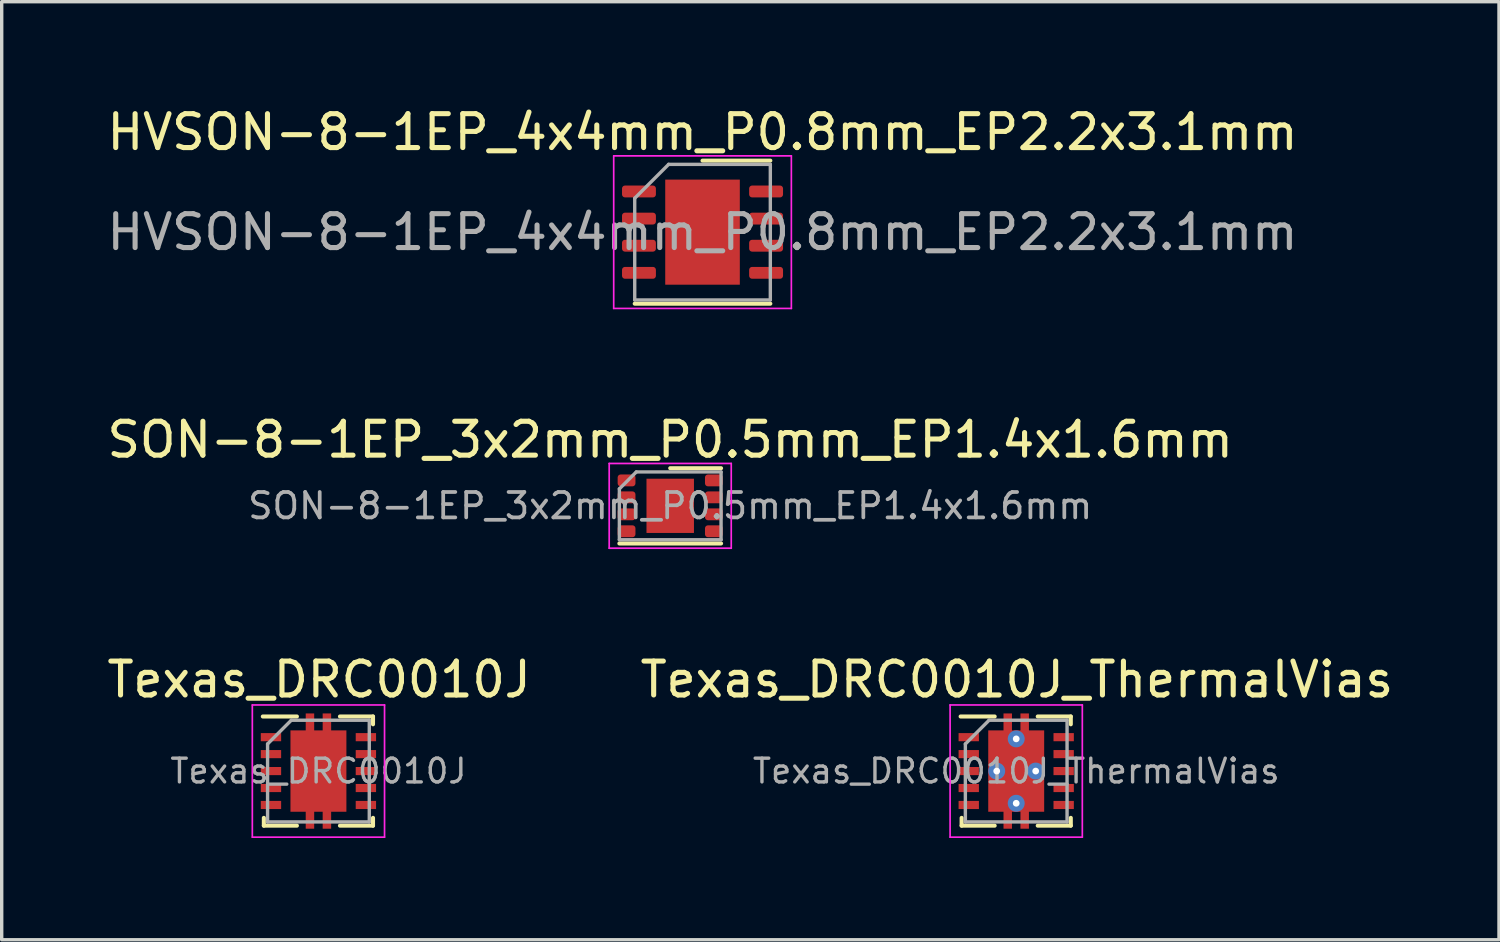
<source format=kicad_pcb>
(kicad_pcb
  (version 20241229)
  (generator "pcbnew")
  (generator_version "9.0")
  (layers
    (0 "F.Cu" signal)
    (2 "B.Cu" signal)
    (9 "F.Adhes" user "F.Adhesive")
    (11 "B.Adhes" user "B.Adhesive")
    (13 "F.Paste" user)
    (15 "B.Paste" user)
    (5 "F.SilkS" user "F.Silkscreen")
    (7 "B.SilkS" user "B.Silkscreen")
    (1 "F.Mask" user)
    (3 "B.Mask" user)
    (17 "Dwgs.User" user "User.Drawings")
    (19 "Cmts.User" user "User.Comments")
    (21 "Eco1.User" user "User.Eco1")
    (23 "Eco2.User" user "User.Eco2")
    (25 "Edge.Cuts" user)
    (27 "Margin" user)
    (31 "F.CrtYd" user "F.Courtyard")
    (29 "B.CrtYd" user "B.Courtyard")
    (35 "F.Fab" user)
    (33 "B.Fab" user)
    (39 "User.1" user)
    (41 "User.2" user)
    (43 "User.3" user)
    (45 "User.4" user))
  (footprint "Texas_DRC0010J_ThermalVias"
    (layer "F.Cu")
    (at 26.926 19.695)
    (property "Reference" "Texas_DRC0010J_ThermalVias" (at 0.02 -2.7 0) (layer "F.SilkS") (effects (font (size 1 1) (thickness 0.15))))
    (attr smd)
    (fp_line (start -1.64 -1.61) (end -0.635 -1.61) (stroke (width 0.12) (type solid)) (layer "F.SilkS"))
    (fp_line (start -1.61 1.38) (end -1.61 1.61) (stroke (width 0.12) (type solid)) (layer "F.SilkS"))
    (fp_line (start -1.61 1.61) (end -0.635 1.61) (stroke (width 0.12) (type solid)) (layer "F.SilkS"))
    (fp_line (start 0.635 -1.61) (end 1.61 -1.61) (stroke (width 0.12) (type solid)) (layer "F.SilkS"))
    (fp_line (start 0.635 1.61) (end 1.61 1.61) (stroke (width 0.12) (type solid)) (layer "F.SilkS"))
    (fp_line (start 1.61 -1.61) (end 1.61 -1.38) (stroke (width 0.12) (type solid)) (layer "F.SilkS"))
    (fp_line (start 1.61 1.38) (end 1.61 1.61) (stroke (width 0.12) (type solid)) (layer "F.SilkS"))
    (fp_line (start -1.95 -1.95) (end -1.95 1.95) (stroke (width 0.05) (type solid)) (layer "F.CrtYd"))
    (fp_line (start -1.95 -1.95) (end 1.95 -1.95) (stroke (width 0.05) (type solid)) (layer "F.CrtYd"))
    (fp_line (start -1.95 1.95) (end 1.95 1.95) (stroke (width 0.05) (type solid)) (layer "F.CrtYd"))
    (fp_line (start 1.95 -1.95) (end 1.95 1.95) (stroke (width 0.05) (type solid)) (layer "F.CrtYd"))
    (fp_line (start -1.5 -0.8) (end -1.5 1.5) (stroke (width 0.1) (type solid)) (layer "F.Fab"))
    (fp_line (start -1.5 -0.8) (end -0.8 -1.5) (stroke (width 0.1) (type solid)) (layer "F.Fab"))
    (fp_line (start -1.5 1.5) (end 1.5 1.5) (stroke (width 0.1) (type solid)) (layer "F.Fab"))
    (fp_line (start -0.8 -1.5) (end 1.5 -1.5) (stroke (width 0.1) (type solid)) (layer "F.Fab"))
    (fp_line (start 1.5 -1.5) (end 1.5 1.5) (stroke (width 0.1) (type solid)) (layer "F.Fab"))
    (fp_text user "${REFERENCE}" (at 0 0 0) (layer "F.Fab") (effects (font (size 0.7 0.7) (thickness 0.1))))
    (pad "" smd roundrect (at -0.25 -1.53) (size 0.25 0.34) (layers "F.Paste") (roundrect_rratio 0.1))
    (pad "" smd roundrect (at -0.25 1.53) (size 0.25 0.34) (layers "F.Paste") (roundrect_rratio 0.1))
    (pad "" smd roundrect (at 0 -0.63) (size 1.5 1.06) (layers "F.Paste") (roundrect_rratio 0.1))
    (pad "" smd roundrect (at 0 0.63) (size 1.5 1.06) (layers "F.Paste") (roundrect_rratio 0.1))
    (pad "" smd roundrect (at 0.25 -1.53) (size 0.25 0.34) (layers "F.Paste") (roundrect_rratio 0.1))
    (pad "" smd roundrect (at 0.25 1.53) (size 0.25 0.34) (layers "F.Paste") (roundrect_rratio 0.1))
    (pad "1" smd rect (at -1.4 -1) (size 0.6 0.24) (layers "F.Cu" "F.Mask" "F.Paste"))
    (pad "2" smd rect (at -1.4 -0.5) (size 0.6 0.24) (layers "F.Cu" "F.Mask" "F.Paste"))
    (pad "3" smd rect (at -1.4 0) (size 0.6 0.24) (layers "F.Cu" "F.Mask" "F.Paste"))
    (pad "4" smd rect (at -1.4 0.5) (size 0.6 0.24) (layers "F.Cu" "F.Mask" "F.Paste"))
    (pad "5" smd rect (at -1.4 1) (size 0.6 0.24) (layers "F.Cu" "F.Mask" "F.Paste"))
    (pad "6" smd rect (at 1.4 1) (size 0.6 0.24) (layers "F.Cu" "F.Mask" "F.Paste"))
    (pad "7" smd rect (at 1.4 0.5) (size 0.6 0.24) (layers "F.Cu" "F.Mask" "F.Paste"))
    (pad "8" smd rect (at 1.4 0) (size 0.6 0.24) (layers "F.Cu" "F.Mask" "F.Paste"))
    (pad "9" smd rect (at 1.4 -0.5) (size 0.6 0.24) (layers "F.Cu" "F.Mask" "F.Paste"))
    (pad "10" smd rect (at 1.4 -1) (size 0.6 0.24) (layers "F.Cu" "F.Mask" "F.Paste"))
    (pad "11" thru_hole circle (at -0.575 0) (size 0.5 0.5) (drill 0.2) (layers "*.Cu"))
    (pad "11" thru_hole circle (at 0 -0.95) (size 0.5 0.5) (drill 0.2) (layers "*.Cu"))
    (pad "11" smd custom (at 0 0) (size 1.65 2.4) (layers "F.Cu" "F.Mask") (options (anchor rect)) (primitives (gr_poly (pts (xy -0.375 -1.1) (xy -0.375 -1.7) (xy -0.125 -1.7) (xy -0.125 -1.1) (xy 0.125 -1.1) (xy 0.125 -1.7) (xy 0.375 -1.7) (xy 0.375 1.7) (xy 0.125 1.7) (xy 0.125 1.1) (xy -0.125 1.1) (xy -0.125 1.7) (xy -0.375 1.7)) (width 0) (fill yes))))
    (pad "11" thru_hole circle (at 0 0.95) (size 0.5 0.5) (drill 0.2) (layers "*.Cu"))
    (pad "11" thru_hole circle (at 0.575 0) (size 0.5 0.5) (drill 0.2) (layers "*.Cu")))
  (footprint "HVSON-8-1EP_4x4mm_P0.8mm_EP2.2x3.1mm"
    (layer "F.Cu")
    (at 17.673 3.798)
    (property "Reference" "HVSON-8-1EP_4x4mm_P0.8mm_EP2.2x3.1mm" (at 0 -2.95 0) (layer "F.SilkS") (effects (font (size 1 1) (thickness 0.15))))
    (attr smd)
    (fp_line (start -2 2.11) (end 2 2.11) (stroke (width 0.12) (type solid)) (layer "F.SilkS"))
    (fp_line (start 0 -2.11) (end 2 -2.11) (stroke (width 0.12) (type solid)) (layer "F.SilkS"))
    (fp_line (start -2.62 -2.25) (end -2.62 2.25) (stroke (width 0.05) (type solid)) (layer "F.CrtYd"))
    (fp_line (start -2.62 2.25) (end 2.62 2.25) (stroke (width 0.05) (type solid)) (layer "F.CrtYd"))
    (fp_line (start 2.62 -2.25) (end -2.62 -2.25) (stroke (width 0.05) (type solid)) (layer "F.CrtYd"))
    (fp_line (start 2.62 2.25) (end 2.62 -2.25) (stroke (width 0.05) (type solid)) (layer "F.CrtYd"))
    (fp_line (start -2 -1) (end -1 -2) (stroke (width 0.1) (type solid)) (layer "F.Fab"))
    (fp_line (start -2 2) (end -2 -1) (stroke (width 0.1) (type solid)) (layer "F.Fab"))
    (fp_line (start -1 -2) (end 2 -2) (stroke (width 0.1) (type solid)) (layer "F.Fab"))
    (fp_line (start 2 -2) (end 2 2) (stroke (width 0.1) (type solid)) (layer "F.Fab"))
    (fp_line (start 2 2) (end -2 2) (stroke (width 0.1) (type solid)) (layer "F.Fab"))
    (fp_text user "${REFERENCE}" (at 0 0 0) (layer "F.Fab") (effects (font (size 1 1) (thickness 0.15))))
    (pad "" smd roundrect (at -0.55 -0.775) (size 0.89 1.25) (layers "F.Paste") (roundrect_rratio 0.25))
    (pad "" smd roundrect (at -0.55 0.775) (size 0.89 1.25) (layers "F.Paste") (roundrect_rratio 0.25))
    (pad "" smd roundrect (at 0.55 -0.775) (size 0.89 1.25) (layers "F.Paste") (roundrect_rratio 0.25))
    (pad "" smd roundrect (at 0.55 0.775) (size 0.89 1.25) (layers "F.Paste") (roundrect_rratio 0.25))
    (pad "1" smd roundrect (at -1.875 -1.2) (size 1 0.35) (layers "F.Cu" "F.Mask" "F.Paste") (roundrect_rratio 0.25))
    (pad "2" smd roundrect (at -1.875 -0.4) (size 1 0.35) (layers "F.Cu" "F.Mask" "F.Paste") (roundrect_rratio 0.25))
    (pad "3" smd roundrect (at -1.875 0.4) (size 1 0.35) (layers "F.Cu" "F.Mask" "F.Paste") (roundrect_rratio 0.25))
    (pad "4" smd roundrect (at -1.875 1.2) (size 1 0.35) (layers "F.Cu" "F.Mask" "F.Paste") (roundrect_rratio 0.25))
    (pad "5" smd roundrect (at 1.875 1.2) (size 1 0.35) (layers "F.Cu" "F.Mask" "F.Paste") (roundrect_rratio 0.25))
    (pad "6" smd roundrect (at 1.875 0.4) (size 1 0.35) (layers "F.Cu" "F.Mask" "F.Paste") (roundrect_rratio 0.25))
    (pad "7" smd roundrect (at 1.875 -0.4) (size 1 0.35) (layers "F.Cu" "F.Mask" "F.Paste") (roundrect_rratio 0.25))
    (pad "8" smd roundrect (at 1.875 -1.2) (size 1 0.35) (layers "F.Cu" "F.Mask" "F.Paste") (roundrect_rratio 0.25))
    (pad "9" smd rect (at 0 0) (size 2.2 3.1) (layers "F.Cu" "F.Mask")))
  (footprint "SON-8-1EP_3x2mm_P0.5mm_EP1.4x1.6mm"
    (layer "F.Cu")
    (at 16.72 11.871)
    (property "Reference" "SON-8-1EP_3x2mm_P0.5mm_EP1.4x1.6mm" (at 0 -1.95 0) (layer "F.SilkS") (effects (font (size 1 1) (thickness 0.15))))
    (attr smd)
    (fp_line (start -1.5 1.11) (end 1.5 1.11) (stroke (width 0.12) (type solid)) (layer "F.SilkS"))
    (fp_line (start 0 -1.11) (end 1.5 -1.11) (stroke (width 0.12) (type solid)) (layer "F.SilkS"))
    (fp_line (start -1.8 -1.25) (end -1.8 1.25) (stroke (width 0.05) (type solid)) (layer "F.CrtYd"))
    (fp_line (start -1.8 1.25) (end 1.8 1.25) (stroke (width 0.05) (type solid)) (layer "F.CrtYd"))
    (fp_line (start 1.8 -1.25) (end -1.8 -1.25) (stroke (width 0.05) (type solid)) (layer "F.CrtYd"))
    (fp_line (start 1.8 1.25) (end 1.8 -1.25) (stroke (width 0.05) (type solid)) (layer "F.CrtYd"))
    (fp_line (start -1.5 -0.5) (end -1 -1) (stroke (width 0.1) (type solid)) (layer "F.Fab"))
    (fp_line (start -1.5 1) (end -1.5 -0.5) (stroke (width 0.1) (type solid)) (layer "F.Fab"))
    (fp_line (start -1 -1) (end 1.5 -1) (stroke (width 0.1) (type solid)) (layer "F.Fab"))
    (fp_line (start 1.5 -1) (end 1.5 1) (stroke (width 0.1) (type solid)) (layer "F.Fab"))
    (fp_line (start 1.5 1) (end -1.5 1) (stroke (width 0.1) (type solid)) (layer "F.Fab"))
    (fp_text user "${REFERENCE}" (at 0 0 0) (layer "F.Fab") (effects (font (size 0.75 0.75) (thickness 0.11))))
    (pad "" smd roundrect (at -0.35 -0.4) (size 0.56 0.64) (layers "F.Paste") (roundrect_rratio 0.25))
    (pad "" smd roundrect (at -0.35 0.4) (size 0.56 0.64) (layers "F.Paste") (roundrect_rratio 0.25))
    (pad "" smd roundrect (at 0.35 -0.4) (size 0.56 0.64) (layers "F.Paste") (roundrect_rratio 0.25))
    (pad "" smd roundrect (at 0.35 0.4) (size 0.56 0.64) (layers "F.Paste") (roundrect_rratio 0.25))
    (pad "1" smd roundrect (at -1.288 -0.75) (size 0.525 0.35) (layers "F.Cu" "F.Mask" "F.Paste") (roundrect_rratio 0.25))
    (pad "2" smd roundrect (at -1.288 -0.25) (size 0.525 0.35) (layers "F.Cu" "F.Mask" "F.Paste") (roundrect_rratio 0.25))
    (pad "3" smd roundrect (at -1.288 0.25) (size 0.525 0.35) (layers "F.Cu" "F.Mask" "F.Paste") (roundrect_rratio 0.25))
    (pad "4" smd roundrect (at -1.288 0.75) (size 0.525 0.35) (layers "F.Cu" "F.Mask" "F.Paste") (roundrect_rratio 0.25))
    (pad "5" smd roundrect (at 1.288 0.75) (size 0.525 0.35) (layers "F.Cu" "F.Mask" "F.Paste") (roundrect_rratio 0.25))
    (pad "6" smd roundrect (at 1.288 0.25) (size 0.525 0.35) (layers "F.Cu" "F.Mask" "F.Paste") (roundrect_rratio 0.25))
    (pad "7" smd roundrect (at 1.288 -0.25) (size 0.525 0.35) (layers "F.Cu" "F.Mask" "F.Paste") (roundrect_rratio 0.25))
    (pad "8" smd roundrect (at 1.288 -0.75) (size 0.525 0.35) (layers "F.Cu" "F.Mask" "F.Paste") (roundrect_rratio 0.25))
    (pad "9" smd rect (at 0 0) (size 1.4 1.6) (layers "F.Cu" "F.Mask")))
  (footprint "Texas_DRC0010J"
    (layer "F.Cu")
    (at 6.343 19.695)
    (property "Reference" "Texas_DRC0010J" (at 0.02 -2.7 0) (layer "F.SilkS") (effects (font (size 1 1) (thickness 0.15))))
    (attr smd)
    (fp_line (start -1.64 -1.61) (end -0.635 -1.61) (stroke (width 0.12) (type solid)) (layer "F.SilkS"))
    (fp_line (start -1.61 1.38) (end -1.61 1.61) (stroke (width 0.12) (type solid)) (layer "F.SilkS"))
    (fp_line (start -1.61 1.61) (end -0.635 1.61) (stroke (width 0.12) (type solid)) (layer "F.SilkS"))
    (fp_line (start 0.635 -1.61) (end 1.61 -1.61) (stroke (width 0.12) (type solid)) (layer "F.SilkS"))
    (fp_line (start 0.635 1.61) (end 1.61 1.61) (stroke (width 0.12) (type solid)) (layer "F.SilkS"))
    (fp_line (start 1.61 -1.61) (end 1.61 -1.38) (stroke (width 0.12) (type solid)) (layer "F.SilkS"))
    (fp_line (start 1.61 1.38) (end 1.61 1.61) (stroke (width 0.12) (type solid)) (layer "F.SilkS"))
    (fp_line (start -1.95 -1.95) (end -1.95 1.95) (stroke (width 0.05) (type solid)) (layer "F.CrtYd"))
    (fp_line (start -1.95 -1.95) (end 1.95 -1.95) (stroke (width 0.05) (type solid)) (layer "F.CrtYd"))
    (fp_line (start -1.95 1.95) (end 1.95 1.95) (stroke (width 0.05) (type solid)) (layer "F.CrtYd"))
    (fp_line (start 1.95 -1.95) (end 1.95 1.95) (stroke (width 0.05) (type solid)) (layer "F.CrtYd"))
    (fp_line (start -1.5 -0.8) (end -1.5 1.5) (stroke (width 0.1) (type solid)) (layer "F.Fab"))
    (fp_line (start -1.5 -0.8) (end -0.8 -1.5) (stroke (width 0.1) (type solid)) (layer "F.Fab"))
    (fp_line (start -1.5 1.5) (end 1.5 1.5) (stroke (width 0.1) (type solid)) (layer "F.Fab"))
    (fp_line (start -0.8 -1.5) (end 1.5 -1.5) (stroke (width 0.1) (type solid)) (layer "F.Fab"))
    (fp_line (start 1.5 -1.5) (end 1.5 1.5) (stroke (width 0.1) (type solid)) (layer "F.Fab"))
    (fp_text user "${REFERENCE}" (at 0 0 0) (layer "F.Fab") (effects (font (size 0.7 0.7) (thickness 0.1))))
    (pad "" smd roundrect (at -0.25 -1.53) (size 0.25 0.34) (layers "F.Paste") (roundrect_rratio 0.1))
    (pad "" smd roundrect (at -0.25 1.53) (size 0.25 0.34) (layers "F.Paste") (roundrect_rratio 0.1))
    (pad "" smd roundrect (at 0 -0.63) (size 1.5 1.06) (layers "F.Paste") (roundrect_rratio 0.1))
    (pad "" smd roundrect (at 0 0.63) (size 1.5 1.06) (layers "F.Paste") (roundrect_rratio 0.1))
    (pad "" smd roundrect (at 0.25 -1.53) (size 0.25 0.34) (layers "F.Paste") (roundrect_rratio 0.1))
    (pad "" smd roundrect (at 0.25 1.53) (size 0.25 0.34) (layers "F.Paste") (roundrect_rratio 0.1))
    (pad "1" smd rect (at -1.4 -1) (size 0.6 0.24) (layers "F.Cu" "F.Mask" "F.Paste"))
    (pad "2" smd rect (at -1.4 -0.5) (size 0.6 0.24) (layers "F.Cu" "F.Mask" "F.Paste"))
    (pad "3" smd rect (at -1.4 0) (size 0.6 0.24) (layers "F.Cu" "F.Mask" "F.Paste"))
    (pad "4" smd rect (at -1.4 0.5) (size 0.6 0.24) (layers "F.Cu" "F.Mask" "F.Paste"))
    (pad "5" smd rect (at -1.4 1) (size 0.6 0.24) (layers "F.Cu" "F.Mask" "F.Paste"))
    (pad "6" smd rect (at 1.4 1) (size 0.6 0.24) (layers "F.Cu" "F.Mask" "F.Paste"))
    (pad "7" smd rect (at 1.4 0.5) (size 0.6 0.24) (layers "F.Cu" "F.Mask" "F.Paste"))
    (pad "8" smd rect (at 1.4 0) (size 0.6 0.24) (layers "F.Cu" "F.Mask" "F.Paste"))
    (pad "9" smd rect (at 1.4 -0.5) (size 0.6 0.24) (layers "F.Cu" "F.Mask" "F.Paste"))
    (pad "10" smd rect (at 1.4 -1) (size 0.6 0.24) (layers "F.Cu" "F.Mask" "F.Paste"))
    (pad "11" smd custom (at 0 0) (size 1.65 2.4) (layers "F.Cu" "F.Mask") (options (anchor rect)) (primitives (gr_poly (pts (xy -0.375 -1.1) (xy -0.375 -1.7) (xy -0.125 -1.7) (xy -0.125 -1.1) (xy 0.125 -1.1) (xy 0.125 -1.7) (xy 0.375 -1.7) (xy 0.375 1.7) (xy 0.125 1.7) (xy 0.125 1.1) (xy -0.125 1.1) (xy -0.125 1.7) (xy -0.375 1.7)) (width 0) (fill yes)))))
  (gr_rect
    (start -3 -3)
    (end 41.167 24.67)
    (stroke (width 0.1) (type default))
    (fill no)
    (layer "Edge.Cuts")))
</source>
